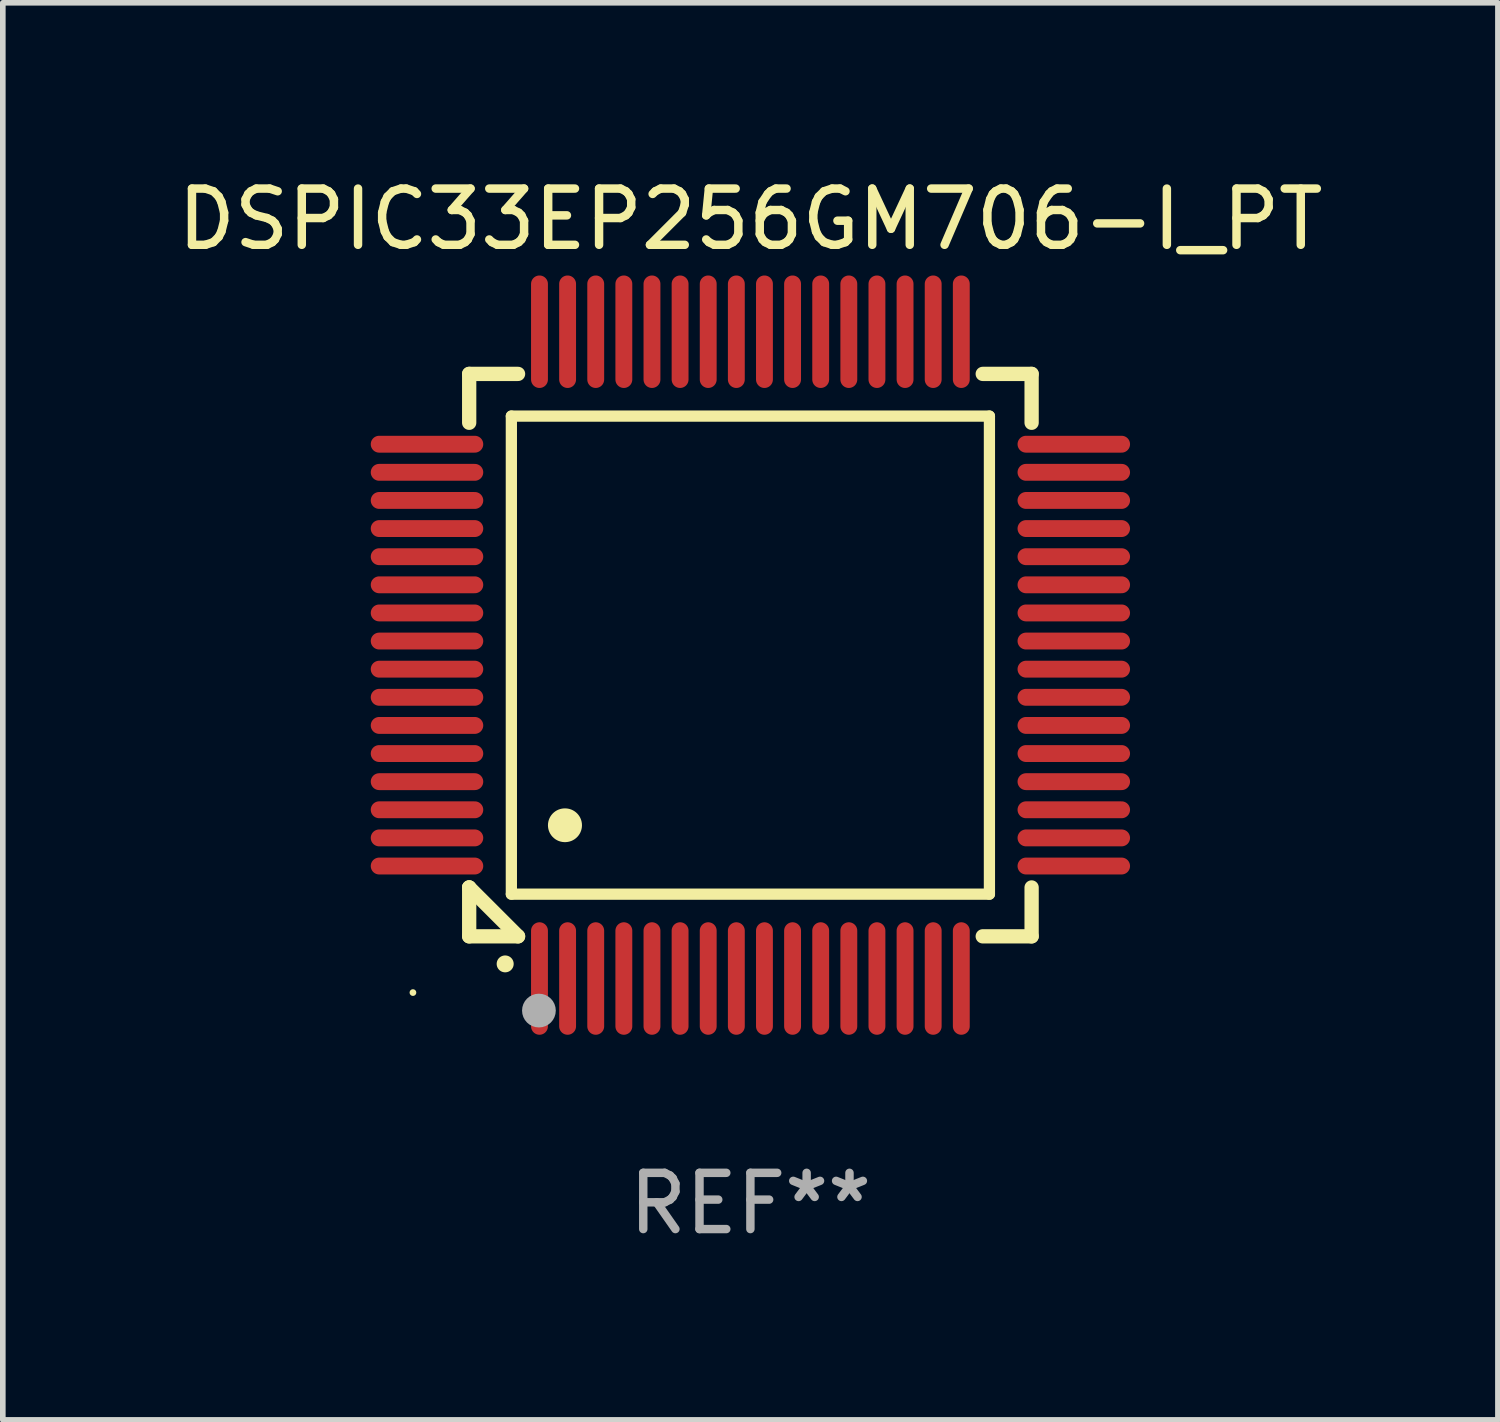
<source format=kicad_pcb>
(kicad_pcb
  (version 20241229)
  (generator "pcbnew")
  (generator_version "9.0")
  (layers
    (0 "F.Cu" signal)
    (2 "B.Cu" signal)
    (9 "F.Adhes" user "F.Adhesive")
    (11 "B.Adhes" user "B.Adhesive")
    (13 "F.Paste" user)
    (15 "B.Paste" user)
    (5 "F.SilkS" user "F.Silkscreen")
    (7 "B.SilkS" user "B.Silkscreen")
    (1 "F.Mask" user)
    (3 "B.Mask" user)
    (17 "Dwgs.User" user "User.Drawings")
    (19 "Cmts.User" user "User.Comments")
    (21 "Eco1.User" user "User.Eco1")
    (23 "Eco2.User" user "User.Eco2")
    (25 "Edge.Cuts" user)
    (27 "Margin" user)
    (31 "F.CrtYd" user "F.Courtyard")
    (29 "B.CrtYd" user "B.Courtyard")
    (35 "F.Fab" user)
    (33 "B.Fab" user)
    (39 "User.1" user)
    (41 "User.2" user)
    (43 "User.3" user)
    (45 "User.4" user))
  (footprint "DSPIC33EP256GM706-I_PT"
    (layer "F.Cu")
    (at 10.292 8.598)
    (property "Reference" "DSPIC33EP256GM706-I_PT" (at 0 -7.75 0) (layer "F.SilkS") (effects (font (size 1 1) (thickness 0.15))))
    (attr through_hole)
    (fp_line (start -5 -5) (end -4.131 -5) (stroke (width 0.254) (type solid)) (layer "F.SilkS"))
    (fp_line (start -5 -4.131) (end -5 -5) (stroke (width 0.254) (type solid)) (layer "F.SilkS"))
    (fp_line (start -5 4.131) (end -5 4.131) (stroke (width 0.254) (type solid)) (layer "F.SilkS"))
    (fp_line (start -5 5) (end -5 4.131) (stroke (width 0.254) (type solid)) (layer "F.SilkS"))
    (fp_line (start -5 4.131) (end -4.131 5) (stroke (width 0.254) (type solid)) (layer "F.SilkS"))
    (fp_line (start -4.25 -4.25) (end -4.25 4.25) (stroke (width 0.2) (type solid)) (layer "F.SilkS"))
    (fp_line (start -4.25 4.25) (end 4.25 4.25) (stroke (width 0.2) (type solid)) (layer "F.SilkS"))
    (fp_line (start -4.131 5) (end -5 5) (stroke (width 0.254) (type solid)) (layer "F.SilkS"))
    (fp_line (start 4.25 -4.25) (end -4.25 -4.25) (stroke (width 0.2) (type solid)) (layer "F.SilkS"))
    (fp_line (start 4.25 4.25) (end 4.25 -4.25) (stroke (width 0.2) (type solid)) (layer "F.SilkS"))
    (fp_line (start 5 -5) (end 4.131 -5) (stroke (width 0.254) (type solid)) (layer "F.SilkS"))
    (fp_line (start 5 -5) (end 5 -4.131) (stroke (width 0.254) (type solid)) (layer "F.SilkS"))
    (fp_line (start 5 4.131) (end 5 5) (stroke (width 0.254) (type solid)) (layer "F.SilkS"))
    (fp_line (start 5 5) (end 4.131 5) (stroke (width 0.254) (type solid)) (layer "F.SilkS"))
    (fp_arc (start -4.361265 5.489992) (mid -4.359995 5.489987) (end -4.358725 5.489992) (stroke (width 0.3) (type solid)) (layer "F.SilkS"))
    (fp_arc (start -3.299467 3.025146) (mid -3.296927 3.025135) (end -3.294387 3.025146) (stroke (width 0.6) (type solid)) (layer "F.SilkS"))
    (fp_circle (center -6 6) (end -5.97 6) (stroke (width 0.06) (type solid)) (fill no) (layer "F.SilkS"))
    (fp_circle (center -3.76 6.32) (end -3.61 6.32) (stroke (width 0.3) (type solid)) (fill no) (layer "F.Fab"))
    (fp_text user "REF**" (at 0 9.75 0) (layer "F.Fab") (effects (font (size 1 1) (thickness 0.15))))
    (pad "1" smd oval (at -3.75 5.75) (size 0.3 2) (layers "F.Cu" "F.Mask" "F.Paste"))
    (pad "2" smd oval (at -3.25 5.75) (size 0.3 2) (layers "F.Cu" "F.Mask" "F.Paste"))
    (pad "3" smd oval (at -2.75 5.75) (size 0.3 2) (layers "F.Cu" "F.Mask" "F.Paste"))
    (pad "4" smd oval (at -2.25 5.75) (size 0.3 2) (layers "F.Cu" "F.Mask" "F.Paste"))
    (pad "5" smd oval (at -1.75 5.75) (size 0.3 2) (layers "F.Cu" "F.Mask" "F.Paste"))
    (pad "6" smd oval (at -1.25 5.75) (size 0.3 2) (layers "F.Cu" "F.Mask" "F.Paste"))
    (pad "7" smd oval (at -0.75 5.75) (size 0.3 2) (layers "F.Cu" "F.Mask" "F.Paste"))
    (pad "8" smd oval (at -0.25 5.75) (size 0.3 2) (layers "F.Cu" "F.Mask" "F.Paste"))
    (pad "9" smd oval (at 0.25 5.75) (size 0.3 2) (layers "F.Cu" "F.Mask" "F.Paste"))
    (pad "10" smd oval (at 0.75 5.75) (size 0.3 2) (layers "F.Cu" "F.Mask" "F.Paste"))
    (pad "11" smd oval (at 1.25 5.75) (size 0.3 2) (layers "F.Cu" "F.Mask" "F.Paste"))
    (pad "12" smd oval (at 1.75 5.75) (size 0.3 2) (layers "F.Cu" "F.Mask" "F.Paste"))
    (pad "13" smd oval (at 2.25 5.75) (size 0.3 2) (layers "F.Cu" "F.Mask" "F.Paste"))
    (pad "14" smd oval (at 2.75 5.75) (size 0.3 2) (layers "F.Cu" "F.Mask" "F.Paste"))
    (pad "15" smd oval (at 3.25 5.75) (size 0.3 2) (layers "F.Cu" "F.Mask" "F.Paste"))
    (pad "16" smd oval (at 3.75 5.75) (size 0.3 2) (layers "F.Cu" "F.Mask" "F.Paste"))
    (pad "17" smd oval (at 5.75 3.75) (size 2 0.3) (layers "F.Cu" "F.Mask" "F.Paste"))
    (pad "18" smd oval (at 5.75 3.25) (size 2 0.3) (layers "F.Cu" "F.Mask" "F.Paste"))
    (pad "19" smd oval (at 5.75 2.75) (size 2 0.3) (layers "F.Cu" "F.Mask" "F.Paste"))
    (pad "20" smd oval (at 5.75 2.25) (size 2 0.3) (layers "F.Cu" "F.Mask" "F.Paste"))
    (pad "21" smd oval (at 5.75 1.75) (size 2 0.3) (layers "F.Cu" "F.Mask" "F.Paste"))
    (pad "22" smd oval (at 5.75 1.25) (size 2 0.3) (layers "F.Cu" "F.Mask" "F.Paste"))
    (pad "23" smd oval (at 5.75 0.75) (size 2 0.3) (layers "F.Cu" "F.Mask" "F.Paste"))
    (pad "24" smd oval (at 5.75 0.25) (size 2 0.3) (layers "F.Cu" "F.Mask" "F.Paste"))
    (pad "25" smd oval (at 5.75 -0.25) (size 2 0.3) (layers "F.Cu" "F.Mask" "F.Paste"))
    (pad "26" smd oval (at 5.75 -0.75) (size 2 0.3) (layers "F.Cu" "F.Mask" "F.Paste"))
    (pad "27" smd oval (at 5.75 -1.25) (size 2 0.3) (layers "F.Cu" "F.Mask" "F.Paste"))
    (pad "28" smd oval (at 5.75 -1.75) (size 2 0.3) (layers "F.Cu" "F.Mask" "F.Paste"))
    (pad "29" smd oval (at 5.75 -2.25) (size 2 0.3) (layers "F.Cu" "F.Mask" "F.Paste"))
    (pad "30" smd oval (at 5.75 -2.75) (size 2 0.3) (layers "F.Cu" "F.Mask" "F.Paste"))
    (pad "31" smd oval (at 5.75 -3.25) (size 2 0.3) (layers "F.Cu" "F.Mask" "F.Paste"))
    (pad "32" smd oval (at 5.75 -3.75) (size 2 0.3) (layers "F.Cu" "F.Mask" "F.Paste"))
    (pad "33" smd oval (at 3.75 -5.75) (size 0.3 2) (layers "F.Cu" "F.Mask" "F.Paste"))
    (pad "34" smd oval (at 3.25 -5.75) (size 0.3 2) (layers "F.Cu" "F.Mask" "F.Paste"))
    (pad "35" smd oval (at 2.75 -5.75) (size 0.3 2) (layers "F.Cu" "F.Mask" "F.Paste"))
    (pad "36" smd oval (at 2.25 -5.75) (size 0.3 2) (layers "F.Cu" "F.Mask" "F.Paste"))
    (pad "37" smd oval (at 1.75 -5.75) (size 0.3 2) (layers "F.Cu" "F.Mask" "F.Paste"))
    (pad "38" smd oval (at 1.25 -5.75) (size 0.3 2) (layers "F.Cu" "F.Mask" "F.Paste"))
    (pad "39" smd oval (at 0.75 -5.75) (size 0.3 2) (layers "F.Cu" "F.Mask" "F.Paste"))
    (pad "40" smd oval (at 0.25 -5.75) (size 0.3 2) (layers "F.Cu" "F.Mask" "F.Paste"))
    (pad "41" smd oval (at -0.25 -5.75) (size 0.3 2) (layers "F.Cu" "F.Mask" "F.Paste"))
    (pad "42" smd oval (at -0.75 -5.75) (size 0.3 2) (layers "F.Cu" "F.Mask" "F.Paste"))
    (pad "43" smd oval (at -1.25 -5.75) (size 0.3 2) (layers "F.Cu" "F.Mask" "F.Paste"))
    (pad "44" smd oval (at -1.75 -5.75) (size 0.3 2) (layers "F.Cu" "F.Mask" "F.Paste"))
    (pad "45" smd oval (at -2.25 -5.75) (size 0.3 2) (layers "F.Cu" "F.Mask" "F.Paste"))
    (pad "46" smd oval (at -2.75 -5.75) (size 0.3 2) (layers "F.Cu" "F.Mask" "F.Paste"))
    (pad "47" smd oval (at -3.25 -5.75) (size 0.3 2) (layers "F.Cu" "F.Mask" "F.Paste"))
    (pad "48" smd oval (at -3.75 -5.75) (size 0.3 2) (layers "F.Cu" "F.Mask" "F.Paste"))
    (pad "49" smd oval (at -5.75 -3.75) (size 2 0.3) (layers "F.Cu" "F.Mask" "F.Paste"))
    (pad "50" smd oval (at -5.75 -3.25) (size 2 0.3) (layers "F.Cu" "F.Mask" "F.Paste"))
    (pad "51" smd oval (at -5.75 -2.75) (size 2 0.3) (layers "F.Cu" "F.Mask" "F.Paste"))
    (pad "52" smd oval (at -5.75 -2.25) (size 2 0.3) (layers "F.Cu" "F.Mask" "F.Paste"))
    (pad "53" smd oval (at -5.75 -1.75) (size 2 0.3) (layers "F.Cu" "F.Mask" "F.Paste"))
    (pad "54" smd oval (at -5.75 -1.25) (size 2 0.3) (layers "F.Cu" "F.Mask" "F.Paste"))
    (pad "55" smd oval (at -5.75 -0.75) (size 2 0.3) (layers "F.Cu" "F.Mask" "F.Paste"))
    (pad "56" smd oval (at -5.75 -0.25) (size 2 0.3) (layers "F.Cu" "F.Mask" "F.Paste"))
    (pad "57" smd oval (at -5.75 0.25) (size 2 0.3) (layers "F.Cu" "F.Mask" "F.Paste"))
    (pad "58" smd oval (at -5.75 0.75) (size 2 0.3) (layers "F.Cu" "F.Mask" "F.Paste"))
    (pad "59" smd oval (at -5.75 1.25) (size 2 0.3) (layers "F.Cu" "F.Mask" "F.Paste"))
    (pad "60" smd oval (at -5.75 1.75) (size 2 0.3) (layers "F.Cu" "F.Mask" "F.Paste"))
    (pad "61" smd oval (at -5.75 2.25) (size 2 0.3) (layers "F.Cu" "F.Mask" "F.Paste"))
    (pad "62" smd oval (at -5.75 2.75) (size 2 0.3) (layers "F.Cu" "F.Mask" "F.Paste"))
    (pad "63" smd oval (at -5.75 3.25) (size 2 0.3) (layers "F.Cu" "F.Mask" "F.Paste"))
    (pad "64" smd oval (at -5.75 3.75) (size 2 0.3) (layers "F.Cu" "F.Mask" "F.Paste")))
  (gr_rect
    (start -3 -3)
    (end 23.583 22.196)
    (stroke (width 0.1) (type default))
    (fill no)
    (layer "Edge.Cuts")))
</source>
